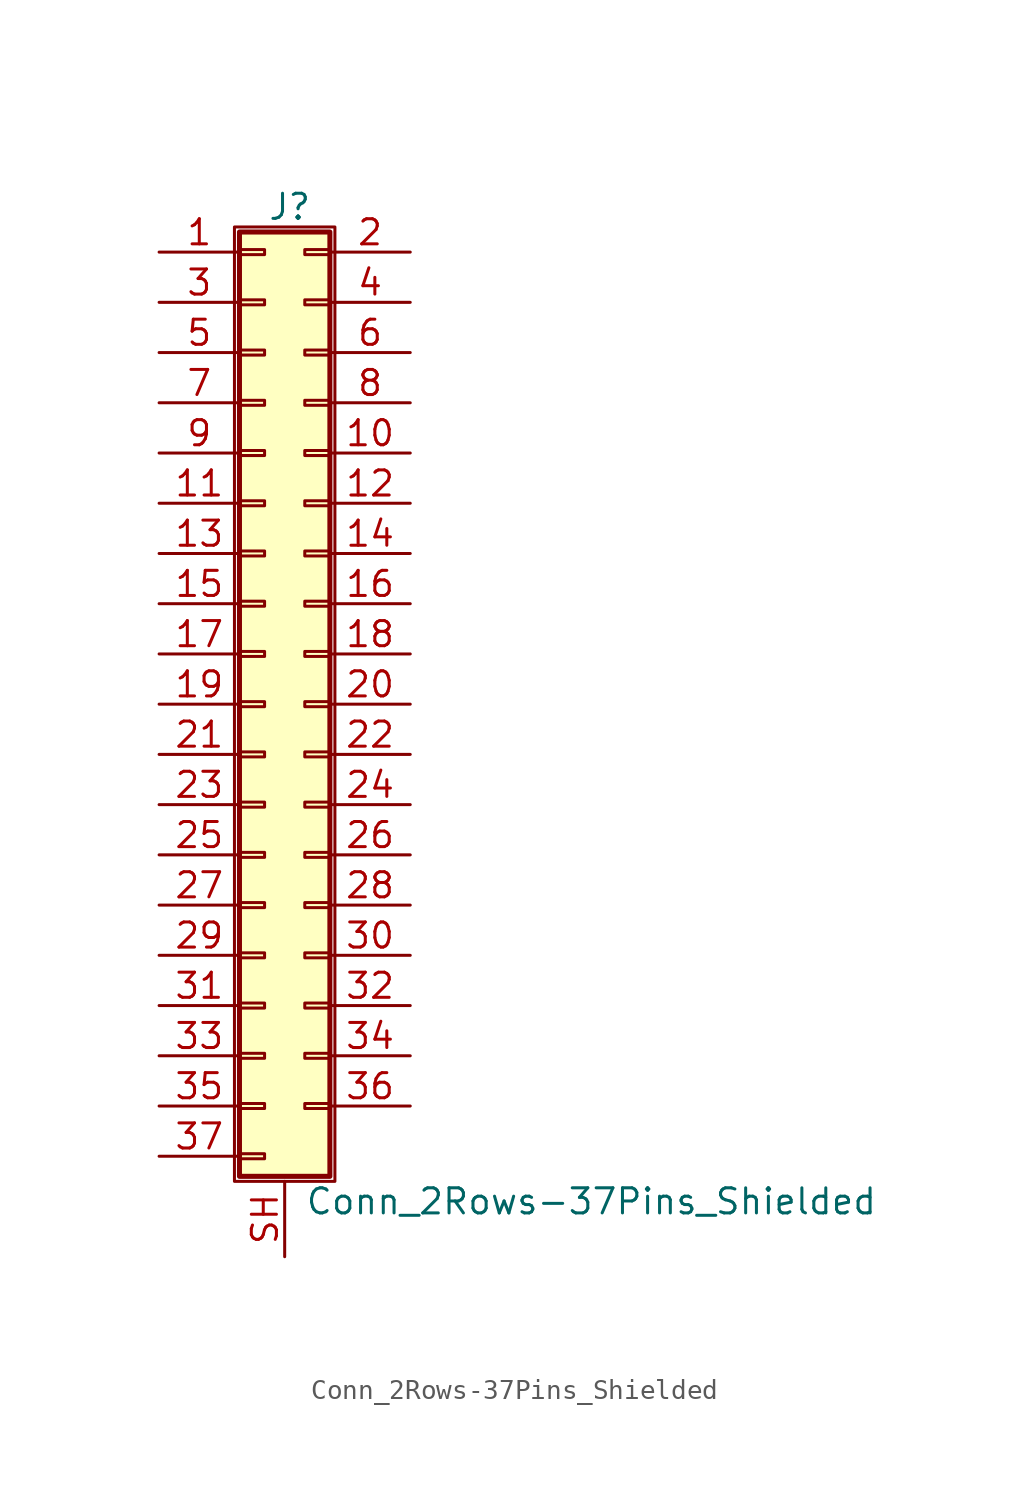
<source format=kicad_sym>
(kicad_symbol_lib
  (version 20201005)
  (generator kicad_symbol_editor)
  (symbol "Conn_2Rows-37Pins_Shielded"
    (pin_names
      (offset 1.016) hide)
    (property "Reference" "J"
      (at 1.524 25.146 0)
      (effects (font (size 1.27 1.27))))
    (property "Value" "Conn_2Rows-37Pins_Shielded"
      (at 2.286 -25.146 0)
      (effects (font (size 1.27 1.27)) (justify left)))
    (symbol "Conn_2Rows-37Pins_Shielded_1_1"
      (rectangle (start -1.27 24.13) (end 3.81 -24.13) (stroke (width 0.152)) (fill (type none)))
      (rectangle (start -1.016 -22.733) (end 0.254 -22.987) (stroke (width 0.152)) (fill (type none)))
      (rectangle (start -1.016 -20.193) (end 0.254 -20.447) (stroke (width 0.152)) (fill (type none)))
      (rectangle (start -1.016 -17.653) (end 0.254 -17.907) (stroke (width 0.152)) (fill (type none)))
      (rectangle (start -1.016 -15.113) (end 0.254 -15.367) (stroke (width 0.152)) (fill (type none)))
      (rectangle (start -1.016 -12.573) (end 0.254 -12.827) (stroke (width 0.152)) (fill (type none)))
      (rectangle (start -1.016 -10.033) (end 0.254 -10.287) (stroke (width 0.152)) (fill (type none)))
      (rectangle (start -1.016 -7.493) (end 0.254 -7.747) (stroke (width 0.152)) (fill (type none)))
      (rectangle (start -1.016 -4.953) (end 0.254 -5.207) (stroke (width 0.152)) (fill (type none)))
      (rectangle (start -1.016 -2.413) (end 0.254 -2.667) (stroke (width 0.152)) (fill (type none)))
      (rectangle (start -1.016 0.127) (end 0.254 -0.127) (stroke (width 0.152)) (fill (type none)))
      (rectangle (start -1.016 2.667) (end 0.254 2.413) (stroke (width 0.152)) (fill (type none)))
      (rectangle (start -1.016 5.207) (end 0.254 4.953) (stroke (width 0.152)) (fill (type none)))
      (rectangle (start -1.016 7.747) (end 0.254 7.493) (stroke (width 0.152)) (fill (type none)))
      (rectangle (start -1.016 10.287) (end 0.254 10.033) (stroke (width 0.152)) (fill (type none)))
      (rectangle (start -1.016 12.827) (end 0.254 12.573) (stroke (width 0.152)) (fill (type none)))
      (rectangle (start -1.016 15.367) (end 0.254 15.113) (stroke (width 0.152)) (fill (type none)))
      (rectangle (start -1.016 17.907) (end 0.254 17.653) (stroke (width 0.152)) (fill (type none)))
      (rectangle (start -1.016 20.447) (end 0.254 20.193) (stroke (width 0.152)) (fill (type none)))
      (rectangle (start -1.016 22.987) (end 0.254 22.733) (stroke (width 0.152)) (fill (type none)))
      (rectangle (start 3.556 -20.193) (end 2.286 -20.447) (stroke (width 0.152)) (fill (type none)))
      (rectangle (start 3.556 -17.653) (end 2.286 -17.907) (stroke (width 0.152)) (fill (type none)))
      (rectangle (start 3.556 -15.113) (end 2.286 -15.367) (stroke (width 0.152)) (fill (type none)))
      (rectangle (start 3.556 -12.573) (end 2.286 -12.827) (stroke (width 0.152)) (fill (type none)))
      (rectangle (start 3.556 -10.033) (end 2.286 -10.287) (stroke (width 0.152)) (fill (type none)))
      (rectangle (start 3.556 -7.493) (end 2.286 -7.747) (stroke (width 0.152)) (fill (type none)))
      (rectangle (start 3.556 -4.953) (end 2.286 -5.207) (stroke (width 0.152)) (fill (type none)))
      (rectangle (start 3.556 -2.413) (end 2.286 -2.667) (stroke (width 0.152)) (fill (type none)))
      (rectangle (start 3.556 0.127) (end 2.286 -0.127) (stroke (width 0.152)) (fill (type none)))
      (rectangle (start 3.556 2.667) (end 2.286 2.413) (stroke (width 0.152)) (fill (type none)))
      (rectangle (start 3.556 5.207) (end 2.286 4.953) (stroke (width 0.152)) (fill (type none)))
      (rectangle (start 3.556 7.747) (end 2.286 7.493) (stroke (width 0.152)) (fill (type none)))
      (rectangle (start 3.556 10.287) (end 2.286 10.033) (stroke (width 0.152)) (fill (type none)))
      (rectangle (start 3.556 12.827) (end 2.286 12.573) (stroke (width 0.152)) (fill (type none)))
      (rectangle (start 3.556 15.367) (end 2.286 15.113) (stroke (width 0.152)) (fill (type none)))
      (rectangle (start 3.556 17.907) (end 2.286 17.653) (stroke (width 0.152)) (fill (type none)))
      (rectangle (start 3.556 20.447) (end 2.286 20.193) (stroke (width 0.152)) (fill (type none)))
      (rectangle (start 3.556 22.987) (end 2.286 22.733) (stroke (width 0.152)) (fill (type none)))
      (rectangle (start -1.016 23.876) (end 3.556 -23.876) (stroke (width 0.254)) (fill (type background)))
      (pin passive line (at -5.08 22.86 0) (length 4.064) (name "Pin_1" (effects (font (size 1.27 1.27)))) (number "1" (effects (font (size 1.27 1.27)))))
      (pin passive line (at 7.62 12.7 180) (length 4.064) (name "Pin_10" (effects (font (size 1.27 1.27)))) (number "10" (effects (font (size 1.27 1.27)))))
      (pin passive line (at -5.08 10.16 0) (length 4.064) (name "Pin_11" (effects (font (size 1.27 1.27)))) (number "11" (effects (font (size 1.27 1.27)))))
      (pin passive line (at 7.62 10.16 180) (length 4.064) (name "Pin_12" (effects (font (size 1.27 1.27)))) (number "12" (effects (font (size 1.27 1.27)))))
      (pin passive line (at -5.08 7.62 0) (length 4.064) (name "Pin_13" (effects (font (size 1.27 1.27)))) (number "13" (effects (font (size 1.27 1.27)))))
      (pin passive line (at 7.62 7.62 180) (length 4.064) (name "Pin_14" (effects (font (size 1.27 1.27)))) (number "14" (effects (font (size 1.27 1.27)))))
      (pin passive line (at -5.08 5.08 0) (length 4.064) (name "Pin_15" (effects (font (size 1.27 1.27)))) (number "15" (effects (font (size 1.27 1.27)))))
      (pin passive line (at 7.62 5.08 180) (length 4.064) (name "Pin_16" (effects (font (size 1.27 1.27)))) (number "16" (effects (font (size 1.27 1.27)))))
      (pin passive line (at -5.08 2.54 0) (length 4.064) (name "Pin_17" (effects (font (size 1.27 1.27)))) (number "17" (effects (font (size 1.27 1.27)))))
      (pin passive line (at 7.62 2.54 180) (length 4.064) (name "Pin_18" (effects (font (size 1.27 1.27)))) (number "18" (effects (font (size 1.27 1.27)))))
      (pin passive line (at -5.08 0 0) (length 4.064) (name "Pin_19" (effects (font (size 1.27 1.27)))) (number "19" (effects (font (size 1.27 1.27)))))
      (pin passive line (at 7.62 22.86 180) (length 4.064) (name "Pin_2" (effects (font (size 1.27 1.27)))) (number "2" (effects (font (size 1.27 1.27)))))
      (pin passive line (at 7.62 0 180) (length 4.064) (name "Pin_20" (effects (font (size 1.27 1.27)))) (number "20" (effects (font (size 1.27 1.27)))))
      (pin passive line (at -5.08 -2.54 0) (length 4.064) (name "Pin_21" (effects (font (size 1.27 1.27)))) (number "21" (effects (font (size 1.27 1.27)))))
      (pin passive line (at 7.62 -2.54 180) (length 4.064) (name "Pin_22" (effects (font (size 1.27 1.27)))) (number "22" (effects (font (size 1.27 1.27)))))
      (pin passive line (at -5.08 -5.08 0) (length 4.064) (name "Pin_23" (effects (font (size 1.27 1.27)))) (number "23" (effects (font (size 1.27 1.27)))))
      (pin passive line (at 7.62 -5.08 180) (length 4.064) (name "Pin_24" (effects (font (size 1.27 1.27)))) (number "24" (effects (font (size 1.27 1.27)))))
      (pin passive line (at -5.08 -7.62 0) (length 4.064) (name "Pin_25" (effects (font (size 1.27 1.27)))) (number "25" (effects (font (size 1.27 1.27)))))
      (pin passive line (at 7.62 -7.62 180) (length 4.064) (name "Pin_26" (effects (font (size 1.27 1.27)))) (number "26" (effects (font (size 1.27 1.27)))))
      (pin passive line (at -5.08 -10.16 0) (length 4.064) (name "Pin_27" (effects (font (size 1.27 1.27)))) (number "27" (effects (font (size 1.27 1.27)))))
      (pin passive line (at 7.62 -10.16 180) (length 4.064) (name "Pin_28" (effects (font (size 1.27 1.27)))) (number "28" (effects (font (size 1.27 1.27)))))
      (pin passive line (at -5.08 -12.7 0) (length 4.064) (name "Pin_29" (effects (font (size 1.27 1.27)))) (number "29" (effects (font (size 1.27 1.27)))))
      (pin passive line (at -5.08 20.32 0) (length 4.064) (name "Pin_3" (effects (font (size 1.27 1.27)))) (number "3" (effects (font (size 1.27 1.27)))))
      (pin passive line (at 7.62 -12.7 180) (length 4.064) (name "Pin_30" (effects (font (size 1.27 1.27)))) (number "30" (effects (font (size 1.27 1.27)))))
      (pin passive line (at -5.08 -15.24 0) (length 4.064) (name "Pin_31" (effects (font (size 1.27 1.27)))) (number "31" (effects (font (size 1.27 1.27)))))
      (pin passive line (at 7.62 -15.24 180) (length 4.064) (name "Pin_32" (effects (font (size 1.27 1.27)))) (number "32" (effects (font (size 1.27 1.27)))))
      (pin passive line (at -5.08 -17.78 0) (length 4.064) (name "Pin_33" (effects (font (size 1.27 1.27)))) (number "33" (effects (font (size 1.27 1.27)))))
      (pin passive line (at 7.62 -17.78 180) (length 4.064) (name "Pin_34" (effects (font (size 1.27 1.27)))) (number "34" (effects (font (size 1.27 1.27)))))
      (pin passive line (at -5.08 -20.32 0) (length 4.064) (name "Pin_35" (effects (font (size 1.27 1.27)))) (number "35" (effects (font (size 1.27 1.27)))))
      (pin passive line (at 7.62 -20.32 180) (length 4.064) (name "Pin_36" (effects (font (size 1.27 1.27)))) (number "36" (effects (font (size 1.27 1.27)))))
      (pin passive line (at -5.08 -22.86 0) (length 4.064) (name "Pin_37" (effects (font (size 1.27 1.27)))) (number "37" (effects (font (size 1.27 1.27)))))
      (pin passive line (at 7.62 20.32 180) (length 4.064) (name "Pin_4" (effects (font (size 1.27 1.27)))) (number "4" (effects (font (size 1.27 1.27)))))
      (pin passive line (at -5.08 17.78 0) (length 4.064) (name "Pin_5" (effects (font (size 1.27 1.27)))) (number "5" (effects (font (size 1.27 1.27)))))
      (pin passive line (at 7.62 17.78 180) (length 4.064) (name "Pin_6" (effects (font (size 1.27 1.27)))) (number "6" (effects (font (size 1.27 1.27)))))
      (pin passive line (at -5.08 15.24 0) (length 4.064) (name "Pin_7" (effects (font (size 1.27 1.27)))) (number "7" (effects (font (size 1.27 1.27)))))
      (pin passive line (at 7.62 15.24 180) (length 4.064) (name "Pin_8" (effects (font (size 1.27 1.27)))) (number "8" (effects (font (size 1.27 1.27)))))
      (pin passive line (at -5.08 12.7 0) (length 4.064) (name "Pin_9" (effects (font (size 1.27 1.27)))) (number "9" (effects (font (size 1.27 1.27)))))
      (pin passive line (at 1.27 -27.94 90) (length 3.81) (name "Shield" (effects (font (size 1.27 1.27)))) (number "SH" (effects (font (size 1.27 1.27))))))))
</source>
